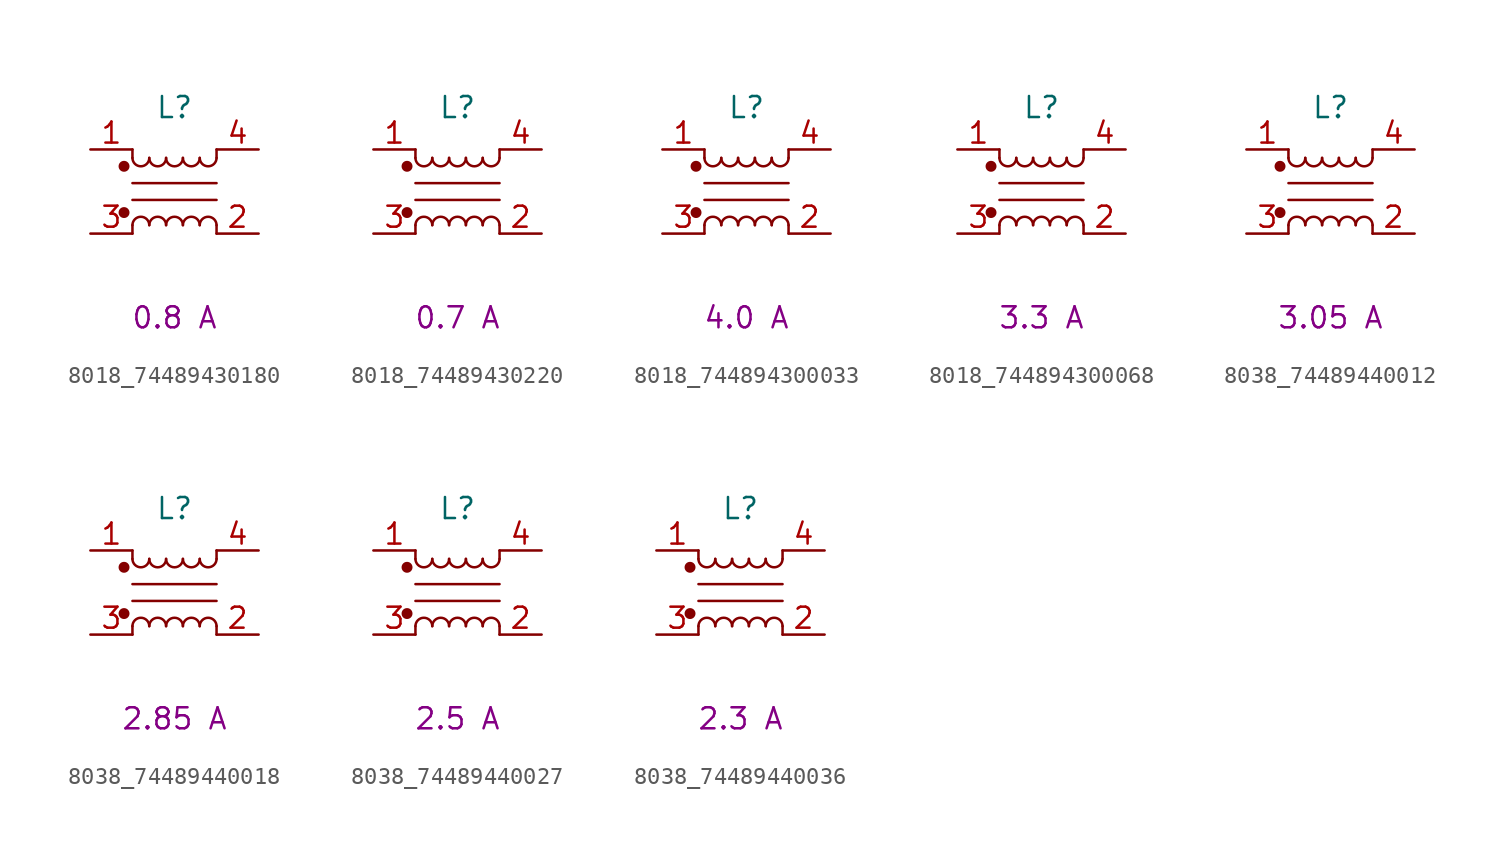
<source format=kicad_sym>
(kicad_symbol_lib
  (version 20220914)
  (generator kicad_symbol_editor)
  (symbol "8018_74489430180"
    (pin_names hide)
    (property "Reference" "L"
      (at 0 5.08 0)
      (effects (font (size 1.27 1.27))))
    (property "Critical Parameter" "0.8 A"
      (at 0 -7.62 0)
      (effects (font (size 1.27 1.27))))
    (symbol "8018_74489430180_0_1"
      (circle (center -3.048 -1.27) (radius 0.254) (stroke (width 0) (type default)) (fill (type outline)))
      (circle (center -3.048 1.524) (radius 0.254) (stroke (width 0) (type default)) (fill (type outline)))
      (arc (start -2.54 2.032) (mid -2.032 1.5262) (end -1.524 2.032) (stroke (width 0) (type default)) (fill (type none)))
      (arc (start -1.524 -2.032) (mid -2.032 -1.5262) (end -2.54 -2.032) (stroke (width 0) (type default)) (fill (type none)))
      (arc (start -1.524 2.032) (mid -1.016 1.5262) (end -0.508 2.032) (stroke (width 0) (type default)) (fill (type none)))
      (arc (start -0.508 -2.032) (mid -1.016 -1.5262) (end -1.524 -2.032) (stroke (width 0) (type default)) (fill (type none)))
      (arc (start -0.508 2.032) (mid 0 1.5262) (end 0.508 2.032) (stroke (width 0) (type default)) (fill (type none)))
      (polyline (pts (xy -2.54 -2.032) (xy -2.54 -2.54)) (stroke (width 0) (type default)) (fill (type none)))
      (polyline (pts (xy -2.54 0.508) (xy 2.54 0.508)) (stroke (width 0) (type default)) (fill (type none)))
      (polyline (pts (xy -2.54 2.032) (xy -2.54 2.54)) (stroke (width 0) (type default)) (fill (type none)))
      (polyline (pts (xy 2.54 -2.032) (xy 2.54 -2.54)) (stroke (width 0) (type default)) (fill (type none)))
      (polyline (pts (xy 2.54 -0.508) (xy -2.54 -0.508)) (stroke (width 0) (type default)) (fill (type none)))
      (polyline (pts (xy 2.54 2.54) (xy 2.54 2.032)) (stroke (width 0) (type default)) (fill (type none)))
      (arc (start 0.508 -2.032) (mid 0 -1.5262) (end -0.508 -2.032) (stroke (width 0) (type default)) (fill (type none)))
      (arc (start 0.508 2.032) (mid 1.016 1.5262) (end 1.524 2.032) (stroke (width 0) (type default)) (fill (type none)))
      (arc (start 1.524 -2.032) (mid 1.016 -1.5262) (end 0.508 -2.032) (stroke (width 0) (type default)) (fill (type none)))
      (arc (start 1.524 2.032) (mid 2.032 1.5262) (end 2.54 2.032) (stroke (width 0) (type default)) (fill (type none)))
      (arc (start 2.54 -2.032) (mid 2.032 -1.5262) (end 1.524 -2.032) (stroke (width 0) (type default)) (fill (type none))))
    (symbol "8018_74489430180_1_1"
      (pin passive line (at -5.08 2.54 0) (length 2.54) (name "1" (effects (font (size 1.27 1.27)))) (number "1" (effects (font (size 1.27 1.27)))))
      (pin passive line (at 5.08 -2.54 180) (length 2.54) (name "2" (effects (font (size 1.27 1.27)))) (number "2" (effects (font (size 1.27 1.27)))))
      (pin passive line (at -5.08 -2.54 0) (length 2.54) (name "3" (effects (font (size 1.27 1.27)))) (number "3" (effects (font (size 1.27 1.27)))))
      (pin passive line (at 5.08 2.54 180) (length 2.54) (name "4" (effects (font (size 1.27 1.27)))) (number "4" (effects (font (size 1.27 1.27)))))))
  (symbol "8018_74489430220"
    (pin_names hide)
    (property "Reference" "L"
      (at 0 5.08 0)
      (effects (font (size 1.27 1.27))))
    (property "Critical Parameter" "0.7 A"
      (at 0 -7.62 0)
      (effects (font (size 1.27 1.27))))
    (symbol "8018_74489430220_0_1"
      (circle (center -3.048 -1.27) (radius 0.254) (stroke (width 0) (type default)) (fill (type outline)))
      (circle (center -3.048 1.524) (radius 0.254) (stroke (width 0) (type default)) (fill (type outline)))
      (arc (start -2.54 2.032) (mid -2.032 1.5262) (end -1.524 2.032) (stroke (width 0) (type default)) (fill (type none)))
      (arc (start -1.524 -2.032) (mid -2.032 -1.5262) (end -2.54 -2.032) (stroke (width 0) (type default)) (fill (type none)))
      (arc (start -1.524 2.032) (mid -1.016 1.5262) (end -0.508 2.032) (stroke (width 0) (type default)) (fill (type none)))
      (arc (start -0.508 -2.032) (mid -1.016 -1.5262) (end -1.524 -2.032) (stroke (width 0) (type default)) (fill (type none)))
      (arc (start -0.508 2.032) (mid 0 1.5262) (end 0.508 2.032) (stroke (width 0) (type default)) (fill (type none)))
      (polyline (pts (xy -2.54 -2.032) (xy -2.54 -2.54)) (stroke (width 0) (type default)) (fill (type none)))
      (polyline (pts (xy -2.54 0.508) (xy 2.54 0.508)) (stroke (width 0) (type default)) (fill (type none)))
      (polyline (pts (xy -2.54 2.032) (xy -2.54 2.54)) (stroke (width 0) (type default)) (fill (type none)))
      (polyline (pts (xy 2.54 -2.032) (xy 2.54 -2.54)) (stroke (width 0) (type default)) (fill (type none)))
      (polyline (pts (xy 2.54 -0.508) (xy -2.54 -0.508)) (stroke (width 0) (type default)) (fill (type none)))
      (polyline (pts (xy 2.54 2.54) (xy 2.54 2.032)) (stroke (width 0) (type default)) (fill (type none)))
      (arc (start 0.508 -2.032) (mid 0 -1.5262) (end -0.508 -2.032) (stroke (width 0) (type default)) (fill (type none)))
      (arc (start 0.508 2.032) (mid 1.016 1.5262) (end 1.524 2.032) (stroke (width 0) (type default)) (fill (type none)))
      (arc (start 1.524 -2.032) (mid 1.016 -1.5262) (end 0.508 -2.032) (stroke (width 0) (type default)) (fill (type none)))
      (arc (start 1.524 2.032) (mid 2.032 1.5262) (end 2.54 2.032) (stroke (width 0) (type default)) (fill (type none)))
      (arc (start 2.54 -2.032) (mid 2.032 -1.5262) (end 1.524 -2.032) (stroke (width 0) (type default)) (fill (type none))))
    (symbol "8018_74489430220_1_1"
      (pin passive line (at -5.08 2.54 0) (length 2.54) (name "1" (effects (font (size 1.27 1.27)))) (number "1" (effects (font (size 1.27 1.27)))))
      (pin passive line (at 5.08 -2.54 180) (length 2.54) (name "2" (effects (font (size 1.27 1.27)))) (number "2" (effects (font (size 1.27 1.27)))))
      (pin passive line (at -5.08 -2.54 0) (length 2.54) (name "3" (effects (font (size 1.27 1.27)))) (number "3" (effects (font (size 1.27 1.27)))))
      (pin passive line (at 5.08 2.54 180) (length 2.54) (name "4" (effects (font (size 1.27 1.27)))) (number "4" (effects (font (size 1.27 1.27)))))))
  (symbol "8018_744894300033"
    (pin_names hide)
    (property "Reference" "L"
      (at 0 5.08 0)
      (effects (font (size 1.27 1.27))))
    (property "Critical Parameter" "4.0 A"
      (at 0 -7.62 0)
      (effects (font (size 1.27 1.27))))
    (symbol "8018_744894300033_0_1"
      (circle (center -3.048 -1.27) (radius 0.254) (stroke (width 0) (type default)) (fill (type outline)))
      (circle (center -3.048 1.524) (radius 0.254) (stroke (width 0) (type default)) (fill (type outline)))
      (arc (start -2.54 2.032) (mid -2.032 1.5262) (end -1.524 2.032) (stroke (width 0) (type default)) (fill (type none)))
      (arc (start -1.524 -2.032) (mid -2.032 -1.5262) (end -2.54 -2.032) (stroke (width 0) (type default)) (fill (type none)))
      (arc (start -1.524 2.032) (mid -1.016 1.5262) (end -0.508 2.032) (stroke (width 0) (type default)) (fill (type none)))
      (arc (start -0.508 -2.032) (mid -1.016 -1.5262) (end -1.524 -2.032) (stroke (width 0) (type default)) (fill (type none)))
      (arc (start -0.508 2.032) (mid 0 1.5262) (end 0.508 2.032) (stroke (width 0) (type default)) (fill (type none)))
      (polyline (pts (xy -2.54 -2.032) (xy -2.54 -2.54)) (stroke (width 0) (type default)) (fill (type none)))
      (polyline (pts (xy -2.54 0.508) (xy 2.54 0.508)) (stroke (width 0) (type default)) (fill (type none)))
      (polyline (pts (xy -2.54 2.032) (xy -2.54 2.54)) (stroke (width 0) (type default)) (fill (type none)))
      (polyline (pts (xy 2.54 -2.032) (xy 2.54 -2.54)) (stroke (width 0) (type default)) (fill (type none)))
      (polyline (pts (xy 2.54 -0.508) (xy -2.54 -0.508)) (stroke (width 0) (type default)) (fill (type none)))
      (polyline (pts (xy 2.54 2.54) (xy 2.54 2.032)) (stroke (width 0) (type default)) (fill (type none)))
      (arc (start 0.508 -2.032) (mid 0 -1.5262) (end -0.508 -2.032) (stroke (width 0) (type default)) (fill (type none)))
      (arc (start 0.508 2.032) (mid 1.016 1.5262) (end 1.524 2.032) (stroke (width 0) (type default)) (fill (type none)))
      (arc (start 1.524 -2.032) (mid 1.016 -1.5262) (end 0.508 -2.032) (stroke (width 0) (type default)) (fill (type none)))
      (arc (start 1.524 2.032) (mid 2.032 1.5262) (end 2.54 2.032) (stroke (width 0) (type default)) (fill (type none)))
      (arc (start 2.54 -2.032) (mid 2.032 -1.5262) (end 1.524 -2.032) (stroke (width 0) (type default)) (fill (type none))))
    (symbol "8018_744894300033_1_1"
      (pin passive line (at -5.08 2.54 0) (length 2.54) (name "1" (effects (font (size 1.27 1.27)))) (number "1" (effects (font (size 1.27 1.27)))))
      (pin passive line (at 5.08 -2.54 180) (length 2.54) (name "2" (effects (font (size 1.27 1.27)))) (number "2" (effects (font (size 1.27 1.27)))))
      (pin passive line (at -5.08 -2.54 0) (length 2.54) (name "3" (effects (font (size 1.27 1.27)))) (number "3" (effects (font (size 1.27 1.27)))))
      (pin passive line (at 5.08 2.54 180) (length 2.54) (name "4" (effects (font (size 1.27 1.27)))) (number "4" (effects (font (size 1.27 1.27)))))))
  (symbol "8018_744894300068"
    (pin_names hide)
    (property "Reference" "L"
      (at 0 5.08 0)
      (effects (font (size 1.27 1.27))))
    (property "Critical Parameter" "3.3 A"
      (at 0 -7.62 0)
      (effects (font (size 1.27 1.27))))
    (symbol "8018_744894300068_0_1"
      (circle (center -3.048 -1.27) (radius 0.254) (stroke (width 0) (type default)) (fill (type outline)))
      (circle (center -3.048 1.524) (radius 0.254) (stroke (width 0) (type default)) (fill (type outline)))
      (arc (start -2.54 2.032) (mid -2.032 1.5262) (end -1.524 2.032) (stroke (width 0) (type default)) (fill (type none)))
      (arc (start -1.524 -2.032) (mid -2.032 -1.5262) (end -2.54 -2.032) (stroke (width 0) (type default)) (fill (type none)))
      (arc (start -1.524 2.032) (mid -1.016 1.5262) (end -0.508 2.032) (stroke (width 0) (type default)) (fill (type none)))
      (arc (start -0.508 -2.032) (mid -1.016 -1.5262) (end -1.524 -2.032) (stroke (width 0) (type default)) (fill (type none)))
      (arc (start -0.508 2.032) (mid 0 1.5262) (end 0.508 2.032) (stroke (width 0) (type default)) (fill (type none)))
      (polyline (pts (xy -2.54 -2.032) (xy -2.54 -2.54)) (stroke (width 0) (type default)) (fill (type none)))
      (polyline (pts (xy -2.54 0.508) (xy 2.54 0.508)) (stroke (width 0) (type default)) (fill (type none)))
      (polyline (pts (xy -2.54 2.032) (xy -2.54 2.54)) (stroke (width 0) (type default)) (fill (type none)))
      (polyline (pts (xy 2.54 -2.032) (xy 2.54 -2.54)) (stroke (width 0) (type default)) (fill (type none)))
      (polyline (pts (xy 2.54 -0.508) (xy -2.54 -0.508)) (stroke (width 0) (type default)) (fill (type none)))
      (polyline (pts (xy 2.54 2.54) (xy 2.54 2.032)) (stroke (width 0) (type default)) (fill (type none)))
      (arc (start 0.508 -2.032) (mid 0 -1.5262) (end -0.508 -2.032) (stroke (width 0) (type default)) (fill (type none)))
      (arc (start 0.508 2.032) (mid 1.016 1.5262) (end 1.524 2.032) (stroke (width 0) (type default)) (fill (type none)))
      (arc (start 1.524 -2.032) (mid 1.016 -1.5262) (end 0.508 -2.032) (stroke (width 0) (type default)) (fill (type none)))
      (arc (start 1.524 2.032) (mid 2.032 1.5262) (end 2.54 2.032) (stroke (width 0) (type default)) (fill (type none)))
      (arc (start 2.54 -2.032) (mid 2.032 -1.5262) (end 1.524 -2.032) (stroke (width 0) (type default)) (fill (type none))))
    (symbol "8018_744894300068_1_1"
      (pin passive line (at -5.08 2.54 0) (length 2.54) (name "1" (effects (font (size 1.27 1.27)))) (number "1" (effects (font (size 1.27 1.27)))))
      (pin passive line (at 5.08 -2.54 180) (length 2.54) (name "2" (effects (font (size 1.27 1.27)))) (number "2" (effects (font (size 1.27 1.27)))))
      (pin passive line (at -5.08 -2.54 0) (length 2.54) (name "3" (effects (font (size 1.27 1.27)))) (number "3" (effects (font (size 1.27 1.27)))))
      (pin passive line (at 5.08 2.54 180) (length 2.54) (name "4" (effects (font (size 1.27 1.27)))) (number "4" (effects (font (size 1.27 1.27)))))))
  (symbol "8038_74489440012"
    (pin_names hide)
    (property "Reference" "L"
      (at 0 5.08 0)
      (effects (font (size 1.27 1.27))))
    (property "Critical Parameter" "3.05 A"
      (at 0 -7.62 0)
      (effects (font (size 1.27 1.27))))
    (symbol "8038_74489440012_0_1"
      (circle (center -3.048 -1.27) (radius 0.254) (stroke (width 0) (type default)) (fill (type outline)))
      (circle (center -3.048 1.524) (radius 0.254) (stroke (width 0) (type default)) (fill (type outline)))
      (arc (start -2.54 2.032) (mid -2.032 1.5262) (end -1.524 2.032) (stroke (width 0) (type default)) (fill (type none)))
      (arc (start -1.524 -2.032) (mid -2.032 -1.5262) (end -2.54 -2.032) (stroke (width 0) (type default)) (fill (type none)))
      (arc (start -1.524 2.032) (mid -1.016 1.5262) (end -0.508 2.032) (stroke (width 0) (type default)) (fill (type none)))
      (arc (start -0.508 -2.032) (mid -1.016 -1.5262) (end -1.524 -2.032) (stroke (width 0) (type default)) (fill (type none)))
      (arc (start -0.508 2.032) (mid 0 1.5262) (end 0.508 2.032) (stroke (width 0) (type default)) (fill (type none)))
      (polyline (pts (xy -2.54 -2.032) (xy -2.54 -2.54)) (stroke (width 0) (type default)) (fill (type none)))
      (polyline (pts (xy -2.54 0.508) (xy 2.54 0.508)) (stroke (width 0) (type default)) (fill (type none)))
      (polyline (pts (xy -2.54 2.032) (xy -2.54 2.54)) (stroke (width 0) (type default)) (fill (type none)))
      (polyline (pts (xy 2.54 -2.032) (xy 2.54 -2.54)) (stroke (width 0) (type default)) (fill (type none)))
      (polyline (pts (xy 2.54 -0.508) (xy -2.54 -0.508)) (stroke (width 0) (type default)) (fill (type none)))
      (polyline (pts (xy 2.54 2.54) (xy 2.54 2.032)) (stroke (width 0) (type default)) (fill (type none)))
      (arc (start 0.508 -2.032) (mid 0 -1.5262) (end -0.508 -2.032) (stroke (width 0) (type default)) (fill (type none)))
      (arc (start 0.508 2.032) (mid 1.016 1.5262) (end 1.524 2.032) (stroke (width 0) (type default)) (fill (type none)))
      (arc (start 1.524 -2.032) (mid 1.016 -1.5262) (end 0.508 -2.032) (stroke (width 0) (type default)) (fill (type none)))
      (arc (start 1.524 2.032) (mid 2.032 1.5262) (end 2.54 2.032) (stroke (width 0) (type default)) (fill (type none)))
      (arc (start 2.54 -2.032) (mid 2.032 -1.5262) (end 1.524 -2.032) (stroke (width 0) (type default)) (fill (type none))))
    (symbol "8038_74489440012_1_1"
      (pin passive line (at -5.08 2.54 0) (length 2.54) (name "1" (effects (font (size 1.27 1.27)))) (number "1" (effects (font (size 1.27 1.27)))))
      (pin passive line (at 5.08 -2.54 180) (length 2.54) (name "2" (effects (font (size 1.27 1.27)))) (number "2" (effects (font (size 1.27 1.27)))))
      (pin passive line (at -5.08 -2.54 0) (length 2.54) (name "3" (effects (font (size 1.27 1.27)))) (number "3" (effects (font (size 1.27 1.27)))))
      (pin passive line (at 5.08 2.54 180) (length 2.54) (name "4" (effects (font (size 1.27 1.27)))) (number "4" (effects (font (size 1.27 1.27)))))))
  (symbol "8038_74489440018"
    (pin_names hide)
    (property "Reference" "L"
      (at 0 5.08 0)
      (effects (font (size 1.27 1.27))))
    (property "Critical Parameter" "2.85 A"
      (at 0 -7.62 0)
      (effects (font (size 1.27 1.27))))
    (symbol "8038_74489440018_0_1"
      (circle (center -3.048 -1.27) (radius 0.254) (stroke (width 0) (type default)) (fill (type outline)))
      (circle (center -3.048 1.524) (radius 0.254) (stroke (width 0) (type default)) (fill (type outline)))
      (arc (start -2.54 2.032) (mid -2.032 1.5262) (end -1.524 2.032) (stroke (width 0) (type default)) (fill (type none)))
      (arc (start -1.524 -2.032) (mid -2.032 -1.5262) (end -2.54 -2.032) (stroke (width 0) (type default)) (fill (type none)))
      (arc (start -1.524 2.032) (mid -1.016 1.5262) (end -0.508 2.032) (stroke (width 0) (type default)) (fill (type none)))
      (arc (start -0.508 -2.032) (mid -1.016 -1.5262) (end -1.524 -2.032) (stroke (width 0) (type default)) (fill (type none)))
      (arc (start -0.508 2.032) (mid 0 1.5262) (end 0.508 2.032) (stroke (width 0) (type default)) (fill (type none)))
      (polyline (pts (xy -2.54 -2.032) (xy -2.54 -2.54)) (stroke (width 0) (type default)) (fill (type none)))
      (polyline (pts (xy -2.54 0.508) (xy 2.54 0.508)) (stroke (width 0) (type default)) (fill (type none)))
      (polyline (pts (xy -2.54 2.032) (xy -2.54 2.54)) (stroke (width 0) (type default)) (fill (type none)))
      (polyline (pts (xy 2.54 -2.032) (xy 2.54 -2.54)) (stroke (width 0) (type default)) (fill (type none)))
      (polyline (pts (xy 2.54 -0.508) (xy -2.54 -0.508)) (stroke (width 0) (type default)) (fill (type none)))
      (polyline (pts (xy 2.54 2.54) (xy 2.54 2.032)) (stroke (width 0) (type default)) (fill (type none)))
      (arc (start 0.508 -2.032) (mid 0 -1.5262) (end -0.508 -2.032) (stroke (width 0) (type default)) (fill (type none)))
      (arc (start 0.508 2.032) (mid 1.016 1.5262) (end 1.524 2.032) (stroke (width 0) (type default)) (fill (type none)))
      (arc (start 1.524 -2.032) (mid 1.016 -1.5262) (end 0.508 -2.032) (stroke (width 0) (type default)) (fill (type none)))
      (arc (start 1.524 2.032) (mid 2.032 1.5262) (end 2.54 2.032) (stroke (width 0) (type default)) (fill (type none)))
      (arc (start 2.54 -2.032) (mid 2.032 -1.5262) (end 1.524 -2.032) (stroke (width 0) (type default)) (fill (type none))))
    (symbol "8038_74489440018_1_1"
      (pin passive line (at -5.08 2.54 0) (length 2.54) (name "1" (effects (font (size 1.27 1.27)))) (number "1" (effects (font (size 1.27 1.27)))))
      (pin passive line (at 5.08 -2.54 180) (length 2.54) (name "2" (effects (font (size 1.27 1.27)))) (number "2" (effects (font (size 1.27 1.27)))))
      (pin passive line (at -5.08 -2.54 0) (length 2.54) (name "3" (effects (font (size 1.27 1.27)))) (number "3" (effects (font (size 1.27 1.27)))))
      (pin passive line (at 5.08 2.54 180) (length 2.54) (name "4" (effects (font (size 1.27 1.27)))) (number "4" (effects (font (size 1.27 1.27)))))))
  (symbol "8038_74489440027"
    (pin_names hide)
    (property "Reference" "L"
      (at 0 5.08 0)
      (effects (font (size 1.27 1.27))))
    (property "Critical Parameter" "2.5 A"
      (at 0 -7.62 0)
      (effects (font (size 1.27 1.27))))
    (symbol "8038_74489440027_0_1"
      (circle (center -3.048 -1.27) (radius 0.254) (stroke (width 0) (type default)) (fill (type outline)))
      (circle (center -3.048 1.524) (radius 0.254) (stroke (width 0) (type default)) (fill (type outline)))
      (arc (start -2.54 2.032) (mid -2.032 1.5262) (end -1.524 2.032) (stroke (width 0) (type default)) (fill (type none)))
      (arc (start -1.524 -2.032) (mid -2.032 -1.5262) (end -2.54 -2.032) (stroke (width 0) (type default)) (fill (type none)))
      (arc (start -1.524 2.032) (mid -1.016 1.5262) (end -0.508 2.032) (stroke (width 0) (type default)) (fill (type none)))
      (arc (start -0.508 -2.032) (mid -1.016 -1.5262) (end -1.524 -2.032) (stroke (width 0) (type default)) (fill (type none)))
      (arc (start -0.508 2.032) (mid 0 1.5262) (end 0.508 2.032) (stroke (width 0) (type default)) (fill (type none)))
      (polyline (pts (xy -2.54 -2.032) (xy -2.54 -2.54)) (stroke (width 0) (type default)) (fill (type none)))
      (polyline (pts (xy -2.54 0.508) (xy 2.54 0.508)) (stroke (width 0) (type default)) (fill (type none)))
      (polyline (pts (xy -2.54 2.032) (xy -2.54 2.54)) (stroke (width 0) (type default)) (fill (type none)))
      (polyline (pts (xy 2.54 -2.032) (xy 2.54 -2.54)) (stroke (width 0) (type default)) (fill (type none)))
      (polyline (pts (xy 2.54 -0.508) (xy -2.54 -0.508)) (stroke (width 0) (type default)) (fill (type none)))
      (polyline (pts (xy 2.54 2.54) (xy 2.54 2.032)) (stroke (width 0) (type default)) (fill (type none)))
      (arc (start 0.508 -2.032) (mid 0 -1.5262) (end -0.508 -2.032) (stroke (width 0) (type default)) (fill (type none)))
      (arc (start 0.508 2.032) (mid 1.016 1.5262) (end 1.524 2.032) (stroke (width 0) (type default)) (fill (type none)))
      (arc (start 1.524 -2.032) (mid 1.016 -1.5262) (end 0.508 -2.032) (stroke (width 0) (type default)) (fill (type none)))
      (arc (start 1.524 2.032) (mid 2.032 1.5262) (end 2.54 2.032) (stroke (width 0) (type default)) (fill (type none)))
      (arc (start 2.54 -2.032) (mid 2.032 -1.5262) (end 1.524 -2.032) (stroke (width 0) (type default)) (fill (type none))))
    (symbol "8038_74489440027_1_1"
      (pin passive line (at -5.08 2.54 0) (length 2.54) (name "1" (effects (font (size 1.27 1.27)))) (number "1" (effects (font (size 1.27 1.27)))))
      (pin passive line (at 5.08 -2.54 180) (length 2.54) (name "2" (effects (font (size 1.27 1.27)))) (number "2" (effects (font (size 1.27 1.27)))))
      (pin passive line (at -5.08 -2.54 0) (length 2.54) (name "3" (effects (font (size 1.27 1.27)))) (number "3" (effects (font (size 1.27 1.27)))))
      (pin passive line (at 5.08 2.54 180) (length 2.54) (name "4" (effects (font (size 1.27 1.27)))) (number "4" (effects (font (size 1.27 1.27)))))))
  (symbol "8038_74489440036"
    (pin_names hide)
    (property "Reference" "L"
      (at 0 5.08 0)
      (effects (font (size 1.27 1.27))))
    (property "Critical Parameter" "2.3 A"
      (at 0 -7.62 0)
      (effects (font (size 1.27 1.27))))
    (symbol "8038_74489440036_0_1"
      (circle (center -3.048 -1.27) (radius 0.254) (stroke (width 0) (type default)) (fill (type outline)))
      (circle (center -3.048 1.524) (radius 0.254) (stroke (width 0) (type default)) (fill (type outline)))
      (arc (start -2.54 2.032) (mid -2.032 1.5262) (end -1.524 2.032) (stroke (width 0) (type default)) (fill (type none)))
      (arc (start -1.524 -2.032) (mid -2.032 -1.5262) (end -2.54 -2.032) (stroke (width 0) (type default)) (fill (type none)))
      (arc (start -1.524 2.032) (mid -1.016 1.5262) (end -0.508 2.032) (stroke (width 0) (type default)) (fill (type none)))
      (arc (start -0.508 -2.032) (mid -1.016 -1.5262) (end -1.524 -2.032) (stroke (width 0) (type default)) (fill (type none)))
      (arc (start -0.508 2.032) (mid 0 1.5262) (end 0.508 2.032) (stroke (width 0) (type default)) (fill (type none)))
      (polyline (pts (xy -2.54 -2.032) (xy -2.54 -2.54)) (stroke (width 0) (type default)) (fill (type none)))
      (polyline (pts (xy -2.54 0.508) (xy 2.54 0.508)) (stroke (width 0) (type default)) (fill (type none)))
      (polyline (pts (xy -2.54 2.032) (xy -2.54 2.54)) (stroke (width 0) (type default)) (fill (type none)))
      (polyline (pts (xy 2.54 -2.032) (xy 2.54 -2.54)) (stroke (width 0) (type default)) (fill (type none)))
      (polyline (pts (xy 2.54 -0.508) (xy -2.54 -0.508)) (stroke (width 0) (type default)) (fill (type none)))
      (polyline (pts (xy 2.54 2.54) (xy 2.54 2.032)) (stroke (width 0) (type default)) (fill (type none)))
      (arc (start 0.508 -2.032) (mid 0 -1.5262) (end -0.508 -2.032) (stroke (width 0) (type default)) (fill (type none)))
      (arc (start 0.508 2.032) (mid 1.016 1.5262) (end 1.524 2.032) (stroke (width 0) (type default)) (fill (type none)))
      (arc (start 1.524 -2.032) (mid 1.016 -1.5262) (end 0.508 -2.032) (stroke (width 0) (type default)) (fill (type none)))
      (arc (start 1.524 2.032) (mid 2.032 1.5262) (end 2.54 2.032) (stroke (width 0) (type default)) (fill (type none)))
      (arc (start 2.54 -2.032) (mid 2.032 -1.5262) (end 1.524 -2.032) (stroke (width 0) (type default)) (fill (type none))))
    (symbol "8038_74489440036_1_1"
      (pin passive line (at -5.08 2.54 0) (length 2.54) (name "1" (effects (font (size 1.27 1.27)))) (number "1" (effects (font (size 1.27 1.27)))))
      (pin passive line (at 5.08 -2.54 180) (length 2.54) (name "2" (effects (font (size 1.27 1.27)))) (number "2" (effects (font (size 1.27 1.27)))))
      (pin passive line (at -5.08 -2.54 0) (length 2.54) (name "3" (effects (font (size 1.27 1.27)))) (number "3" (effects (font (size 1.27 1.27)))))
      (pin passive line (at 5.08 2.54 180) (length 2.54) (name "4" (effects (font (size 1.27 1.27)))) (number "4" (effects (font (size 1.27 1.27))))))))
</source>
